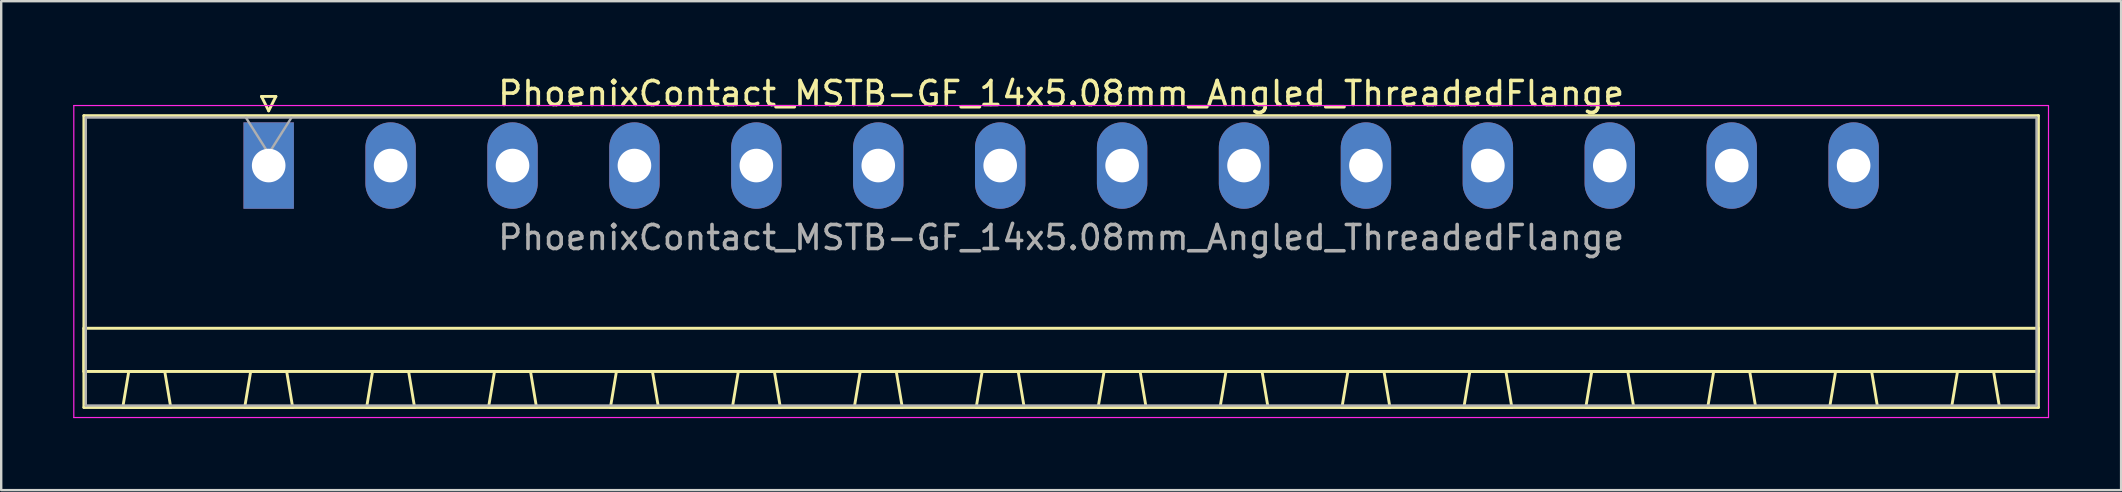
<source format=kicad_pcb>
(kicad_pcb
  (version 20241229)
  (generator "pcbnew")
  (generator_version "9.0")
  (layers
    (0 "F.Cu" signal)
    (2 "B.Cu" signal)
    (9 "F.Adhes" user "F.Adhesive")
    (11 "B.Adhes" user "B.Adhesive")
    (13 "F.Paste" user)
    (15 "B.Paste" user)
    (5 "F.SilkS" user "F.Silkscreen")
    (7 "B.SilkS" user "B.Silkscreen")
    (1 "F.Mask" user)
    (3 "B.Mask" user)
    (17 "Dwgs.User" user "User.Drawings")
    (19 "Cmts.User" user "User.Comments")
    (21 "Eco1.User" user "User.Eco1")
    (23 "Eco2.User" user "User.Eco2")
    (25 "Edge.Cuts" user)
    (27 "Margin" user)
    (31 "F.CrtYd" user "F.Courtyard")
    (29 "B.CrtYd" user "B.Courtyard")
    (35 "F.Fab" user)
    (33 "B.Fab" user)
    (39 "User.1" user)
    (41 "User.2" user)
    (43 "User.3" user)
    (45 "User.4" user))
  (footprint "PhoenixContact_MSTB-GF_14x5.08mm_Angled_ThreadedFlange"
    (layer "F.Cu")
    (at 8.145 3.848)
    (property "Reference" "PhoenixContact_MSTB-GF_14x5.08mm_Angled_ThreadedFlange" (at 33.02 -3 0) (layer "F.SilkS") (effects (font (size 1 1) (thickness 0.15))))
    (attr through_hole)
    (fp_line (start -7.7 -2.08) (end -7.7 10.08) (stroke (width 0.12) (type solid)) (layer "F.SilkS"))
    (fp_line (start -7.7 6.78) (end 73.74 6.78) (stroke (width 0.12) (type solid)) (layer "F.SilkS"))
    (fp_line (start -7.7 8.58) (end -7.7 6.78) (stroke (width 0.12) (type solid)) (layer "F.SilkS"))
    (fp_line (start -7.7 10.08) (end 73.74 10.08) (stroke (width 0.12) (type solid)) (layer "F.SilkS"))
    (fp_line (start -6.08 10.08) (end -4.08 10.08) (stroke (width 0.12) (type solid)) (layer "F.SilkS"))
    (fp_line (start -5.83 8.58) (end -6.08 10.08) (stroke (width 0.12) (type solid)) (layer "F.SilkS"))
    (fp_line (start -4.33 8.58) (end -5.83 8.58) (stroke (width 0.12) (type solid)) (layer "F.SilkS"))
    (fp_line (start -4.08 10.08) (end -4.33 8.58) (stroke (width 0.12) (type solid)) (layer "F.SilkS"))
    (fp_line (start -1 10.08) (end 1 10.08) (stroke (width 0.12) (type solid)) (layer "F.SilkS"))
    (fp_line (start -0.75 8.58) (end -1 10.08) (stroke (width 0.12) (type solid)) (layer "F.SilkS"))
    (fp_line (start -0.3 -2.88) (end 0.3 -2.88) (stroke (width 0.12) (type solid)) (layer "F.SilkS"))
    (fp_line (start 0 -2.28) (end -0.3 -2.88) (stroke (width 0.12) (type solid)) (layer "F.SilkS"))
    (fp_line (start 0.3 -2.88) (end 0 -2.28) (stroke (width 0.12) (type solid)) (layer "F.SilkS"))
    (fp_line (start 0.75 8.58) (end -0.75 8.58) (stroke (width 0.12) (type solid)) (layer "F.SilkS"))
    (fp_line (start 1 10.08) (end 0.75 8.58) (stroke (width 0.12) (type solid)) (layer "F.SilkS"))
    (fp_line (start 4.08 10.08) (end 6.08 10.08) (stroke (width 0.12) (type solid)) (layer "F.SilkS"))
    (fp_line (start 4.33 8.58) (end 4.08 10.08) (stroke (width 0.12) (type solid)) (layer "F.SilkS"))
    (fp_line (start 5.83 8.58) (end 4.33 8.58) (stroke (width 0.12) (type solid)) (layer "F.SilkS"))
    (fp_line (start 6.08 10.08) (end 5.83 8.58) (stroke (width 0.12) (type solid)) (layer "F.SilkS"))
    (fp_line (start 9.16 10.08) (end 11.16 10.08) (stroke (width 0.12) (type solid)) (layer "F.SilkS"))
    (fp_line (start 9.41 8.58) (end 9.16 10.08) (stroke (width 0.12) (type solid)) (layer "F.SilkS"))
    (fp_line (start 10.91 8.58) (end 9.41 8.58) (stroke (width 0.12) (type solid)) (layer "F.SilkS"))
    (fp_line (start 11.16 10.08) (end 10.91 8.58) (stroke (width 0.12) (type solid)) (layer "F.SilkS"))
    (fp_line (start 14.24 10.08) (end 16.24 10.08) (stroke (width 0.12) (type solid)) (layer "F.SilkS"))
    (fp_line (start 14.49 8.58) (end 14.24 10.08) (stroke (width 0.12) (type solid)) (layer "F.SilkS"))
    (fp_line (start 15.99 8.58) (end 14.49 8.58) (stroke (width 0.12) (type solid)) (layer "F.SilkS"))
    (fp_line (start 16.24 10.08) (end 15.99 8.58) (stroke (width 0.12) (type solid)) (layer "F.SilkS"))
    (fp_line (start 19.32 10.08) (end 21.32 10.08) (stroke (width 0.12) (type solid)) (layer "F.SilkS"))
    (fp_line (start 19.57 8.58) (end 19.32 10.08) (stroke (width 0.12) (type solid)) (layer "F.SilkS"))
    (fp_line (start 21.07 8.58) (end 19.57 8.58) (stroke (width 0.12) (type solid)) (layer "F.SilkS"))
    (fp_line (start 21.32 10.08) (end 21.07 8.58) (stroke (width 0.12) (type solid)) (layer "F.SilkS"))
    (fp_line (start 24.4 10.08) (end 26.4 10.08) (stroke (width 0.12) (type solid)) (layer "F.SilkS"))
    (fp_line (start 24.65 8.58) (end 24.4 10.08) (stroke (width 0.12) (type solid)) (layer "F.SilkS"))
    (fp_line (start 26.15 8.58) (end 24.65 8.58) (stroke (width 0.12) (type solid)) (layer "F.SilkS"))
    (fp_line (start 26.4 10.08) (end 26.15 8.58) (stroke (width 0.12) (type solid)) (layer "F.SilkS"))
    (fp_line (start 29.48 10.08) (end 31.48 10.08) (stroke (width 0.12) (type solid)) (layer "F.SilkS"))
    (fp_line (start 29.73 8.58) (end 29.48 10.08) (stroke (width 0.12) (type solid)) (layer "F.SilkS"))
    (fp_line (start 31.23 8.58) (end 29.73 8.58) (stroke (width 0.12) (type solid)) (layer "F.SilkS"))
    (fp_line (start 31.48 10.08) (end 31.23 8.58) (stroke (width 0.12) (type solid)) (layer "F.SilkS"))
    (fp_line (start 34.56 10.08) (end 36.56 10.08) (stroke (width 0.12) (type solid)) (layer "F.SilkS"))
    (fp_line (start 34.81 8.58) (end 34.56 10.08) (stroke (width 0.12) (type solid)) (layer "F.SilkS"))
    (fp_line (start 36.31 8.58) (end 34.81 8.58) (stroke (width 0.12) (type solid)) (layer "F.SilkS"))
    (fp_line (start 36.56 10.08) (end 36.31 8.58) (stroke (width 0.12) (type solid)) (layer "F.SilkS"))
    (fp_line (start 39.64 10.08) (end 41.64 10.08) (stroke (width 0.12) (type solid)) (layer "F.SilkS"))
    (fp_line (start 39.89 8.58) (end 39.64 10.08) (stroke (width 0.12) (type solid)) (layer "F.SilkS"))
    (fp_line (start 41.39 8.58) (end 39.89 8.58) (stroke (width 0.12) (type solid)) (layer "F.SilkS"))
    (fp_line (start 41.64 10.08) (end 41.39 8.58) (stroke (width 0.12) (type solid)) (layer "F.SilkS"))
    (fp_line (start 44.72 10.08) (end 46.72 10.08) (stroke (width 0.12) (type solid)) (layer "F.SilkS"))
    (fp_line (start 44.97 8.58) (end 44.72 10.08) (stroke (width 0.12) (type solid)) (layer "F.SilkS"))
    (fp_line (start 46.47 8.58) (end 44.97 8.58) (stroke (width 0.12) (type solid)) (layer "F.SilkS"))
    (fp_line (start 46.72 10.08) (end 46.47 8.58) (stroke (width 0.12) (type solid)) (layer "F.SilkS"))
    (fp_line (start 49.8 10.08) (end 51.8 10.08) (stroke (width 0.12) (type solid)) (layer "F.SilkS"))
    (fp_line (start 50.05 8.58) (end 49.8 10.08) (stroke (width 0.12) (type solid)) (layer "F.SilkS"))
    (fp_line (start 51.55 8.58) (end 50.05 8.58) (stroke (width 0.12) (type solid)) (layer "F.SilkS"))
    (fp_line (start 51.8 10.08) (end 51.55 8.58) (stroke (width 0.12) (type solid)) (layer "F.SilkS"))
    (fp_line (start 54.88 10.08) (end 56.88 10.08) (stroke (width 0.12) (type solid)) (layer "F.SilkS"))
    (fp_line (start 55.13 8.58) (end 54.88 10.08) (stroke (width 0.12) (type solid)) (layer "F.SilkS"))
    (fp_line (start 56.63 8.58) (end 55.13 8.58) (stroke (width 0.12) (type solid)) (layer "F.SilkS"))
    (fp_line (start 56.88 10.08) (end 56.63 8.58) (stroke (width 0.12) (type solid)) (layer "F.SilkS"))
    (fp_line (start 59.96 10.08) (end 61.96 10.08) (stroke (width 0.12) (type solid)) (layer "F.SilkS"))
    (fp_line (start 60.21 8.58) (end 59.96 10.08) (stroke (width 0.12) (type solid)) (layer "F.SilkS"))
    (fp_line (start 61.71 8.58) (end 60.21 8.58) (stroke (width 0.12) (type solid)) (layer "F.SilkS"))
    (fp_line (start 61.96 10.08) (end 61.71 8.58) (stroke (width 0.12) (type solid)) (layer "F.SilkS"))
    (fp_line (start 65.04 10.08) (end 67.04 10.08) (stroke (width 0.12) (type solid)) (layer "F.SilkS"))
    (fp_line (start 65.29 8.58) (end 65.04 10.08) (stroke (width 0.12) (type solid)) (layer "F.SilkS"))
    (fp_line (start 66.79 8.58) (end 65.29 8.58) (stroke (width 0.12) (type solid)) (layer "F.SilkS"))
    (fp_line (start 67.04 10.08) (end 66.79 8.58) (stroke (width 0.12) (type solid)) (layer "F.SilkS"))
    (fp_line (start 70.12 10.08) (end 72.12 10.08) (stroke (width 0.12) (type solid)) (layer "F.SilkS"))
    (fp_line (start 70.37 8.58) (end 70.12 10.08) (stroke (width 0.12) (type solid)) (layer "F.SilkS"))
    (fp_line (start 71.87 8.58) (end 70.37 8.58) (stroke (width 0.12) (type solid)) (layer "F.SilkS"))
    (fp_line (start 72.12 10.08) (end 71.87 8.58) (stroke (width 0.12) (type solid)) (layer "F.SilkS"))
    (fp_line (start 73.74 -2.08) (end -7.7 -2.08) (stroke (width 0.12) (type solid)) (layer "F.SilkS"))
    (fp_line (start 73.74 6.78) (end 73.74 8.58) (stroke (width 0.12) (type solid)) (layer "F.SilkS"))
    (fp_line (start 73.74 8.58) (end -7.7 8.58) (stroke (width 0.12) (type solid)) (layer "F.SilkS"))
    (fp_line (start 73.74 10.08) (end 73.74 -2.08) (stroke (width 0.12) (type solid)) (layer "F.SilkS"))
    (fp_line (start -8.12 -2.5) (end -8.12 10.5) (stroke (width 0.05) (type solid)) (layer "F.CrtYd"))
    (fp_line (start -8.12 10.5) (end 74.16 10.5) (stroke (width 0.05) (type solid)) (layer "F.CrtYd"))
    (fp_line (start 74.16 -2.5) (end -8.12 -2.5) (stroke (width 0.05) (type solid)) (layer "F.CrtYd"))
    (fp_line (start 74.16 10.5) (end 74.16 -2.5) (stroke (width 0.05) (type solid)) (layer "F.CrtYd"))
    (fp_line (start -7.62 -2) (end -7.62 10) (stroke (width 0.1) (type solid)) (layer "F.Fab"))
    (fp_line (start -7.62 10) (end 73.66 10) (stroke (width 0.1) (type solid)) (layer "F.Fab"))
    (fp_line (start 0 -0.5) (end -0.95 -2) (stroke (width 0.1) (type solid)) (layer "F.Fab"))
    (fp_line (start 0.95 -2) (end 0 -0.5) (stroke (width 0.1) (type solid)) (layer "F.Fab"))
    (fp_line (start 73.66 -2) (end -7.62 -2) (stroke (width 0.1) (type solid)) (layer "F.Fab"))
    (fp_line (start 73.66 10) (end 73.66 -2) (stroke (width 0.1) (type solid)) (layer "F.Fab"))
    (fp_text user "${REFERENCE}" (at 33.02 3 0) (layer "F.Fab") (effects (font (size 1 1) (thickness 0.15))))
    (pad "1" thru_hole rect (at 0 0) (size 2.1 3.6) (drill 1.4) (layers "*.Cu" "*.Mask"))
    (pad "2" thru_hole oval (at 5.08 0) (size 2.1 3.6) (drill 1.4) (layers "*.Cu" "*.Mask"))
    (pad "3" thru_hole oval (at 10.16 0) (size 2.1 3.6) (drill 1.4) (layers "*.Cu" "*.Mask"))
    (pad "4" thru_hole oval (at 15.24 0) (size 2.1 3.6) (drill 1.4) (layers "*.Cu" "*.Mask"))
    (pad "5" thru_hole oval (at 20.32 0) (size 2.1 3.6) (drill 1.4) (layers "*.Cu" "*.Mask"))
    (pad "6" thru_hole oval (at 25.4 0) (size 2.1 3.6) (drill 1.4) (layers "*.Cu" "*.Mask"))
    (pad "7" thru_hole oval (at 30.48 0) (size 2.1 3.6) (drill 1.4) (layers "*.Cu" "*.Mask"))
    (pad "8" thru_hole oval (at 35.56 0) (size 2.1 3.6) (drill 1.4) (layers "*.Cu" "*.Mask"))
    (pad "9" thru_hole oval (at 40.64 0) (size 2.1 3.6) (drill 1.4) (layers "*.Cu" "*.Mask"))
    (pad "10" thru_hole oval (at 45.72 0) (size 2.1 3.6) (drill 1.4) (layers "*.Cu" "*.Mask"))
    (pad "11" thru_hole oval (at 50.8 0) (size 2.1 3.6) (drill 1.4) (layers "*.Cu" "*.Mask"))
    (pad "12" thru_hole oval (at 55.88 0) (size 2.1 3.6) (drill 1.4) (layers "*.Cu" "*.Mask"))
    (pad "13" thru_hole oval (at 60.96 0) (size 2.1 3.6) (drill 1.4) (layers "*.Cu" "*.Mask"))
    (pad "14" thru_hole oval (at 66.04 0) (size 2.1 3.6) (drill 1.4) (layers "*.Cu" "*.Mask")))
  (gr_rect
    (start -3 -3)
    (end 85.33 17.373)
    (stroke (width 0.1) (type default))
    (fill no)
    (layer "Edge.Cuts")))
</source>
